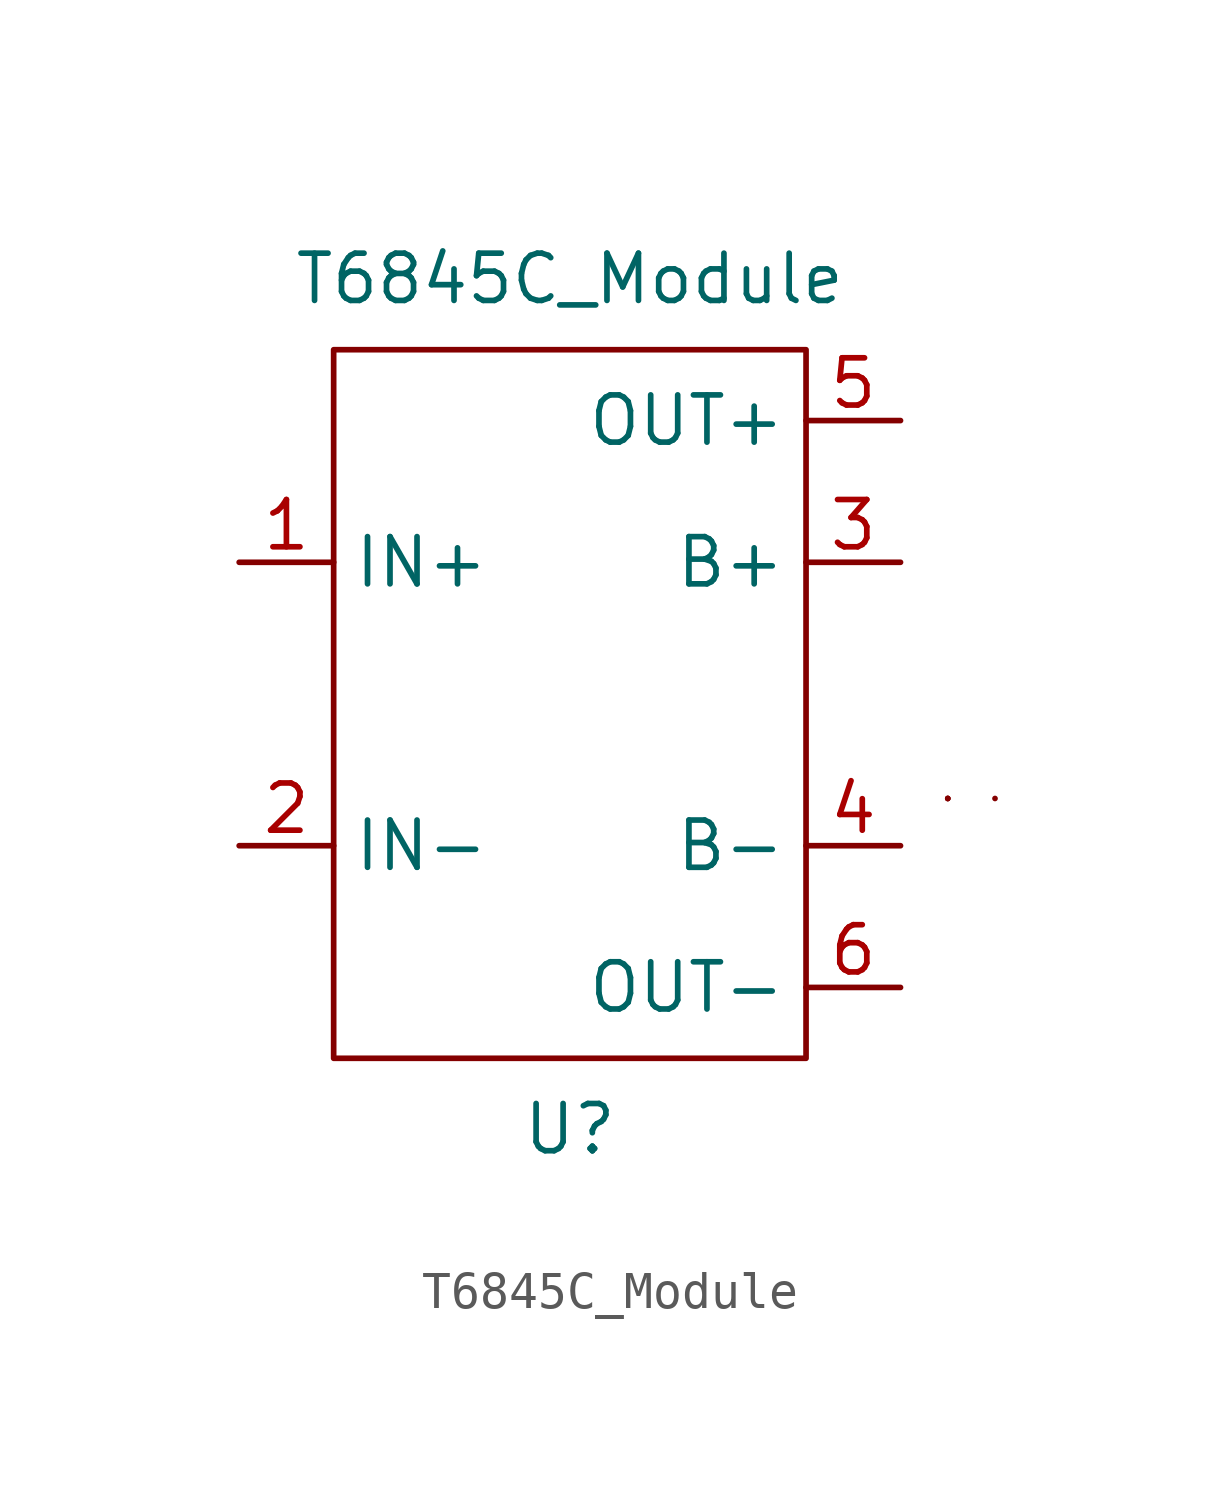
<source format=kicad_sym>
(kicad_symbol_lib
  (version 20211014)
  (generator kicad_symbol_editor)
  (symbol "T6845C_Module"
    (property "Reference" "U"
      (at 0 -11.43 0)
      (effects (font (size 1.27 1.27))))
    (property "Value" "T6845C_Module"
      (at 0 11.43 0)
      (effects (font (size 1.27 1.27))))
    (symbol "T6845C_Module_0_1"
      (rectangle (start -6.35 9.525) (end 6.35 -9.525) (stroke (width 0) (type default) (color 0 0 0 0)) (fill (type none)))
      (rectangle (start 10.16 -2.54) (end 10.16 -2.54) (stroke (width 0) (type default) (color 0 0 0 0)) (fill (type none)))
      (rectangle (start 10.16 -2.54) (end 10.16 -2.54) (stroke (width 0) (type default) (color 0 0 0 0)) (fill (type none)))
      (rectangle (start 10.16 -2.54) (end 10.16 -2.54) (stroke (width 0) (type default) (color 0 0 0 0)) (fill (type none)))
      (rectangle (start 11.43 -2.54) (end 11.43 -2.54) (stroke (width 0) (type default) (color 0 0 0 0)) (fill (type none))))
    (symbol "T6845C_Module_1_1"
      (pin input line (at -8.89 3.81 0) (length 2.54) (name "IN+" (effects (font (size 1.27 1.27)))) (number "1" (effects (font (size 1.27 1.27)))))
      (pin input line (at -8.89 -3.81 0) (length 2.54) (name "IN-" (effects (font (size 1.27 1.27)))) (number "2" (effects (font (size 1.27 1.27)))))
      (pin input line (at 8.89 3.81 180) (length 2.54) (name "B+" (effects (font (size 1.27 1.27)))) (number "3" (effects (font (size 1.27 1.27)))))
      (pin input line (at 8.89 -3.81 180) (length 2.54) (name "B-" (effects (font (size 1.27 1.27)))) (number "4" (effects (font (size 1.27 1.27)))))
      (pin output line (at 8.89 7.62 180) (length 2.54) (name "OUT+" (effects (font (size 1.27 1.27)))) (number "5" (effects (font (size 1.27 1.27)))))
      (pin output line (at 8.89 -7.62 180) (length 2.54) (name "OUT-" (effects (font (size 1.27 1.27)))) (number "6" (effects (font (size 1.27 1.27))))))))
</source>
